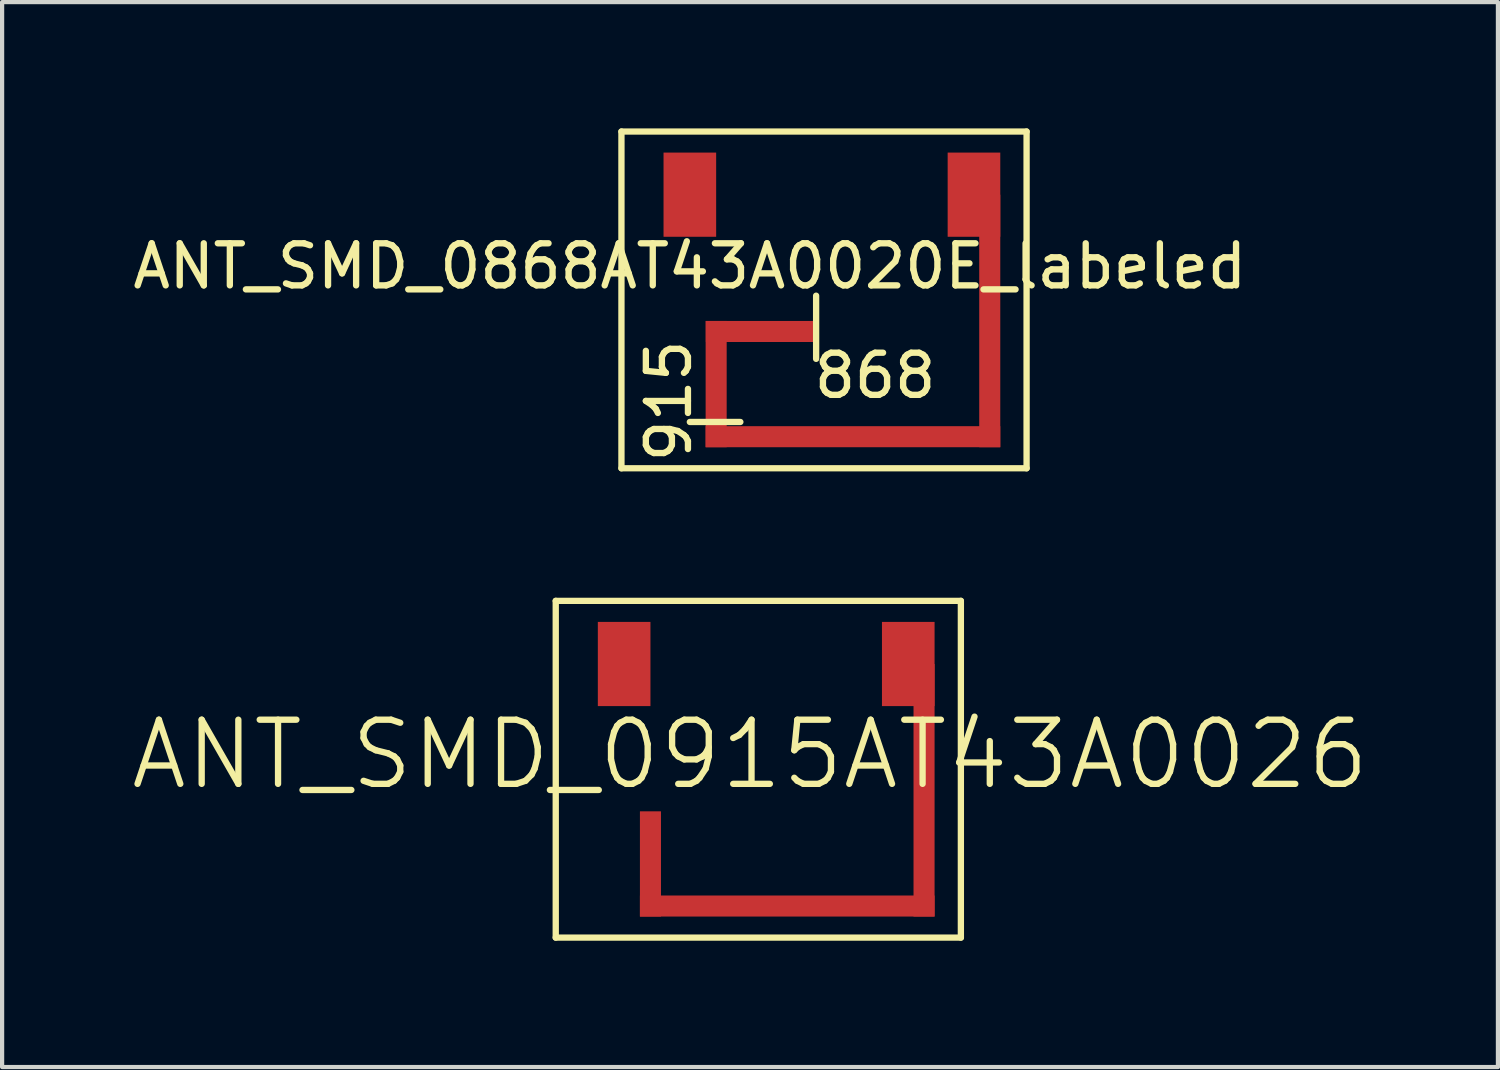
<source format=kicad_pcb>
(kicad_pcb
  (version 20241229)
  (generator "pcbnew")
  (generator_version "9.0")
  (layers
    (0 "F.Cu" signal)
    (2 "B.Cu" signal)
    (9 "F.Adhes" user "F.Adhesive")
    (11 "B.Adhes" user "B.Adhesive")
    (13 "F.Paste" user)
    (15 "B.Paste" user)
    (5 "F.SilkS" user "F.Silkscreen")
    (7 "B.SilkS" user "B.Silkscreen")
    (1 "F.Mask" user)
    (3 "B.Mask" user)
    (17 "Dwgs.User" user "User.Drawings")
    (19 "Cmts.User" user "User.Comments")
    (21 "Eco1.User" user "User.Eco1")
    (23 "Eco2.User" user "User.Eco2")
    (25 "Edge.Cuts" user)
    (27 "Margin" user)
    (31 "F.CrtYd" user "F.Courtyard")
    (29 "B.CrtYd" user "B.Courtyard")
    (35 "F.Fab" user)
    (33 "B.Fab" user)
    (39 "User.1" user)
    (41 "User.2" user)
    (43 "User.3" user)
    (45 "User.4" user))
  (footprint "ANT_SMD_0868AT43A0020E_labeled"
    (layer "F.Cu")
    (at 13.339 1.575)
    (property "Reference" "ANT_SMD_0868AT43A0020E_labeled" (at 0 1.7 180) (layer "F.SilkS") (effects (font (size 1 1) (thickness 0.15))))
    (attr smd)
    (fp_line (start -1.625 -1.5) (end 8 -1.5) (stroke (width 0.15) (type solid)) (layer "F.SilkS"))
    (fp_line (start -1.625 6.5) (end -1.625 -1.5) (stroke (width 0.15) (type solid)) (layer "F.SilkS"))
    (fp_line (start 1.2 5.4) (end 0 5.4) (stroke (width 0.15) (type solid)) (layer "F.SilkS"))
    (fp_line (start 3 2.4) (end 3 3.9) (stroke (width 0.15) (type solid)) (layer "F.SilkS"))
    (fp_line (start 8 -1.5) (end 8 6.5) (stroke (width 0.15) (type solid)) (layer "F.SilkS"))
    (fp_line (start 8 6.5) (end -1.625 6.5) (stroke (width 0.15) (type solid)) (layer "F.SilkS"))
    (fp_text user "915" (at -0.5 4.9 90) (layer "F.SilkS") (effects (font (size 1 1) (thickness 0.15))))
    (fp_text user "868" (at 4.4 4.3 0) (layer "F.SilkS") (effects (font (size 1 1) (thickness 0.15))))
    (pad "2" smd rect (at 0.625 4.5) (size 0.5 3) (layers "F.Cu"))
    (pad "2" smd rect (at 1.68 3.25) (size 2.6 0.5) (layers "F.Cu"))
    (pad "2" smd rect (at 3.875 5.75) (size 7 0.5) (layers "F.Cu"))
    (pad "2" smd rect (at 6.75 0) (size 1.25 2) (layers "F.Cu" "F.Mask" "F.Paste"))
    (pad "2" smd rect (at 7.125 3) (size 0.5 6) (layers "F.Cu"))
    (pad "FEED" smd rect (at 0 0) (size 1.25 2) (layers "F.Cu" "F.Mask" "F.Paste")))
  (footprint "ANT_SMD_0915AT43A0026"
    (layer "F.Cu")
    (at 11.778 12.725)
    (property "Reference" "ANT_SMD_0915AT43A0026" (at 2.99 2.15 180) (layer "F.SilkS") (effects (font (size 1.524 1.524) (thickness 0.15))))
    (attr smd)
    (fp_line (start -1.625 -1.5) (end 8 -1.5) (stroke (width 0.15) (type solid)) (layer "F.SilkS"))
    (fp_line (start -1.625 6.5) (end -1.625 -1.5) (stroke (width 0.15) (type solid)) (layer "F.SilkS"))
    (fp_line (start 8 -1.5) (end 8 6.5) (stroke (width 0.15) (type solid)) (layer "F.SilkS"))
    (fp_line (start 8 6.5) (end -1.625 6.5) (stroke (width 0.15) (type solid)) (layer "F.SilkS"))
    (pad "2" smd rect (at 0.625 4.75) (size 0.5 2.5) (layers "F.Cu" "F.Mask" "F.Paste"))
    (pad "2" smd rect (at 3.875 5.75) (size 7 0.5) (layers "F.Cu" "F.Mask" "F.Paste"))
    (pad "2" smd rect (at 6.75 0) (size 1.25 2) (layers "F.Cu" "F.Mask" "F.Paste"))
    (pad "2" smd rect (at 7.125 3) (size 0.5 6) (layers "F.Cu" "F.Mask" "F.Paste"))
    (pad "FEED" smd rect (at 0 0) (size 1.25 2) (layers "F.Cu" "F.Mask" "F.Paste")))
  (gr_rect
    (start -3 -3)
    (end 32.537 22.3)
    (stroke (width 0.1) (type default))
    (fill no)
    (layer "Edge.Cuts")))
</source>
